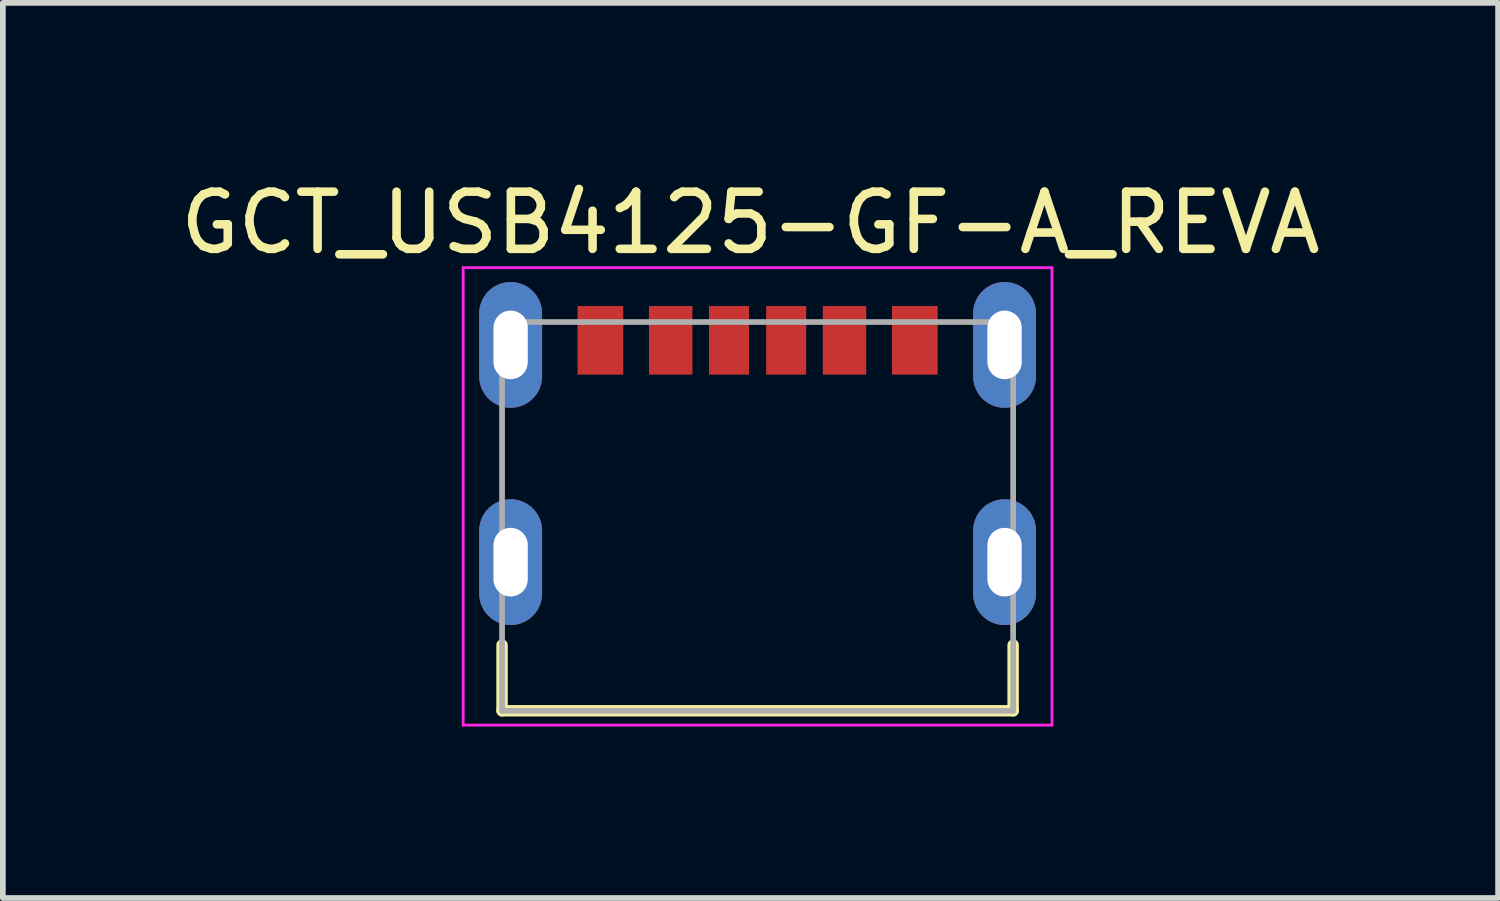
<source format=kicad_pcb>
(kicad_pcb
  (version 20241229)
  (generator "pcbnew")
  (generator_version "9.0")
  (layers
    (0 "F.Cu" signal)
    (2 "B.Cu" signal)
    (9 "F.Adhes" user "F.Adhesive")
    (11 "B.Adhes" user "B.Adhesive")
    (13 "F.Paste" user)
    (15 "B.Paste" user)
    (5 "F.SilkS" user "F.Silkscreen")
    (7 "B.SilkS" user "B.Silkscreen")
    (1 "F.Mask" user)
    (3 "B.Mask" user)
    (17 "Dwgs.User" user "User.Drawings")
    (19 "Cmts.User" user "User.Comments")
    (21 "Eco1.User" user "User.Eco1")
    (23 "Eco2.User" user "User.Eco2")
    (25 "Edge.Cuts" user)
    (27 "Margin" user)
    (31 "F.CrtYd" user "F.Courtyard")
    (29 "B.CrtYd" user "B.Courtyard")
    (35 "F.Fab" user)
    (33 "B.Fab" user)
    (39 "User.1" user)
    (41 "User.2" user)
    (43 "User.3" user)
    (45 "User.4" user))
  (footprint "GCT_USB4125-GF-A_REVA"
    (layer "F.Cu")
    (at 10.202 2.983)
    (property "Reference" "GCT_USB4125-GF-A_REVA" (at -0.125 -2.135 0) (layer "F.SilkS") (effects (font (size 1 1) (thickness 0.15))))
    (attr smd)
    (fp_line (start -4.47 5.25) (end -4.47 6.4) (stroke (width 0.2) (type solid)) (layer "F.SilkS"))
    (fp_line (start -4.47 6.4) (end 4.47 6.4) (stroke (width 0.2) (type solid)) (layer "F.SilkS"))
    (fp_line (start 4.47 6.4) (end 4.47 5.25) (stroke (width 0.2) (type solid)) (layer "F.SilkS"))
    (fp_line (start -5.15 -1.35) (end 5.15 -1.35) (stroke (width 0.05) (type solid)) (layer "F.CrtYd"))
    (fp_line (start -5.15 6.65) (end -5.15 -1.35) (stroke (width 0.05) (type solid)) (layer "F.CrtYd"))
    (fp_line (start 5.15 -1.35) (end 5.15 6.65) (stroke (width 0.05) (type solid)) (layer "F.CrtYd"))
    (fp_line (start 5.15 6.65) (end -5.15 6.65) (stroke (width 0.05) (type solid)) (layer "F.CrtYd"))
    (fp_line (start -4.47 -0.4) (end 4.47 -0.4) (stroke (width 0.1) (type solid)) (layer "F.Fab"))
    (fp_line (start -4.47 6.4) (end -4.47 -0.4) (stroke (width 0.1) (type solid)) (layer "F.Fab"))
    (fp_line (start 4.47 -0.4) (end 4.47 6.4) (stroke (width 0.1) (type solid)) (layer "F.Fab"))
    (fp_line (start 4.47 6.4) (end -4.47 6.4) (stroke (width 0.1) (type solid)) (layer "F.Fab"))
    (pad "A5" smd rect (at -0.5 -0.08) (size 0.7 1.2) (layers "F.Cu" "F.Mask" "F.Paste"))
    (pad "A9" smd rect (at 1.52 -0.08) (size 0.76 1.2) (layers "F.Cu" "F.Mask" "F.Paste"))
    (pad "A12" smd rect (at 2.75 -0.08) (size 0.8 1.2) (layers "F.Cu" "F.Mask" "F.Paste"))
    (pad "B5" smd rect (at 0.5 -0.08) (size 0.7 1.2) (layers "F.Cu" "F.Mask" "F.Paste"))
    (pad "B9" smd rect (at -1.52 -0.08) (size 0.76 1.2) (layers "F.Cu" "F.Mask" "F.Paste"))
    (pad "B12" smd rect (at -2.75 -0.08) (size 0.8 1.2) (layers "F.Cu" "F.Mask" "F.Paste"))
    (pad "S1" thru_hole oval (at -4.32 0) (size 1.1 2.2) (drill oval 0.6 1.2) (layers "*.Cu" "*.Mask"))
    (pad "S2" thru_hole oval (at 4.32 0) (size 1.1 2.2) (drill oval 0.6 1.2) (layers "*.Cu" "*.Mask"))
    (pad "S3" thru_hole oval (at -4.32 3.8) (size 1.1 2.2) (drill oval 0.6 1.2) (layers "*.Cu" "*.Mask"))
    (pad "S4" thru_hole oval (at 4.32 3.8) (size 1.1 2.2) (drill oval 0.6 1.2) (layers "*.Cu" "*.Mask")))
  (gr_rect
    (start -3 -3)
    (end 23.155 12.658)
    (stroke (width 0.1) (type default))
    (fill no)
    (layer "Edge.Cuts")))
</source>
